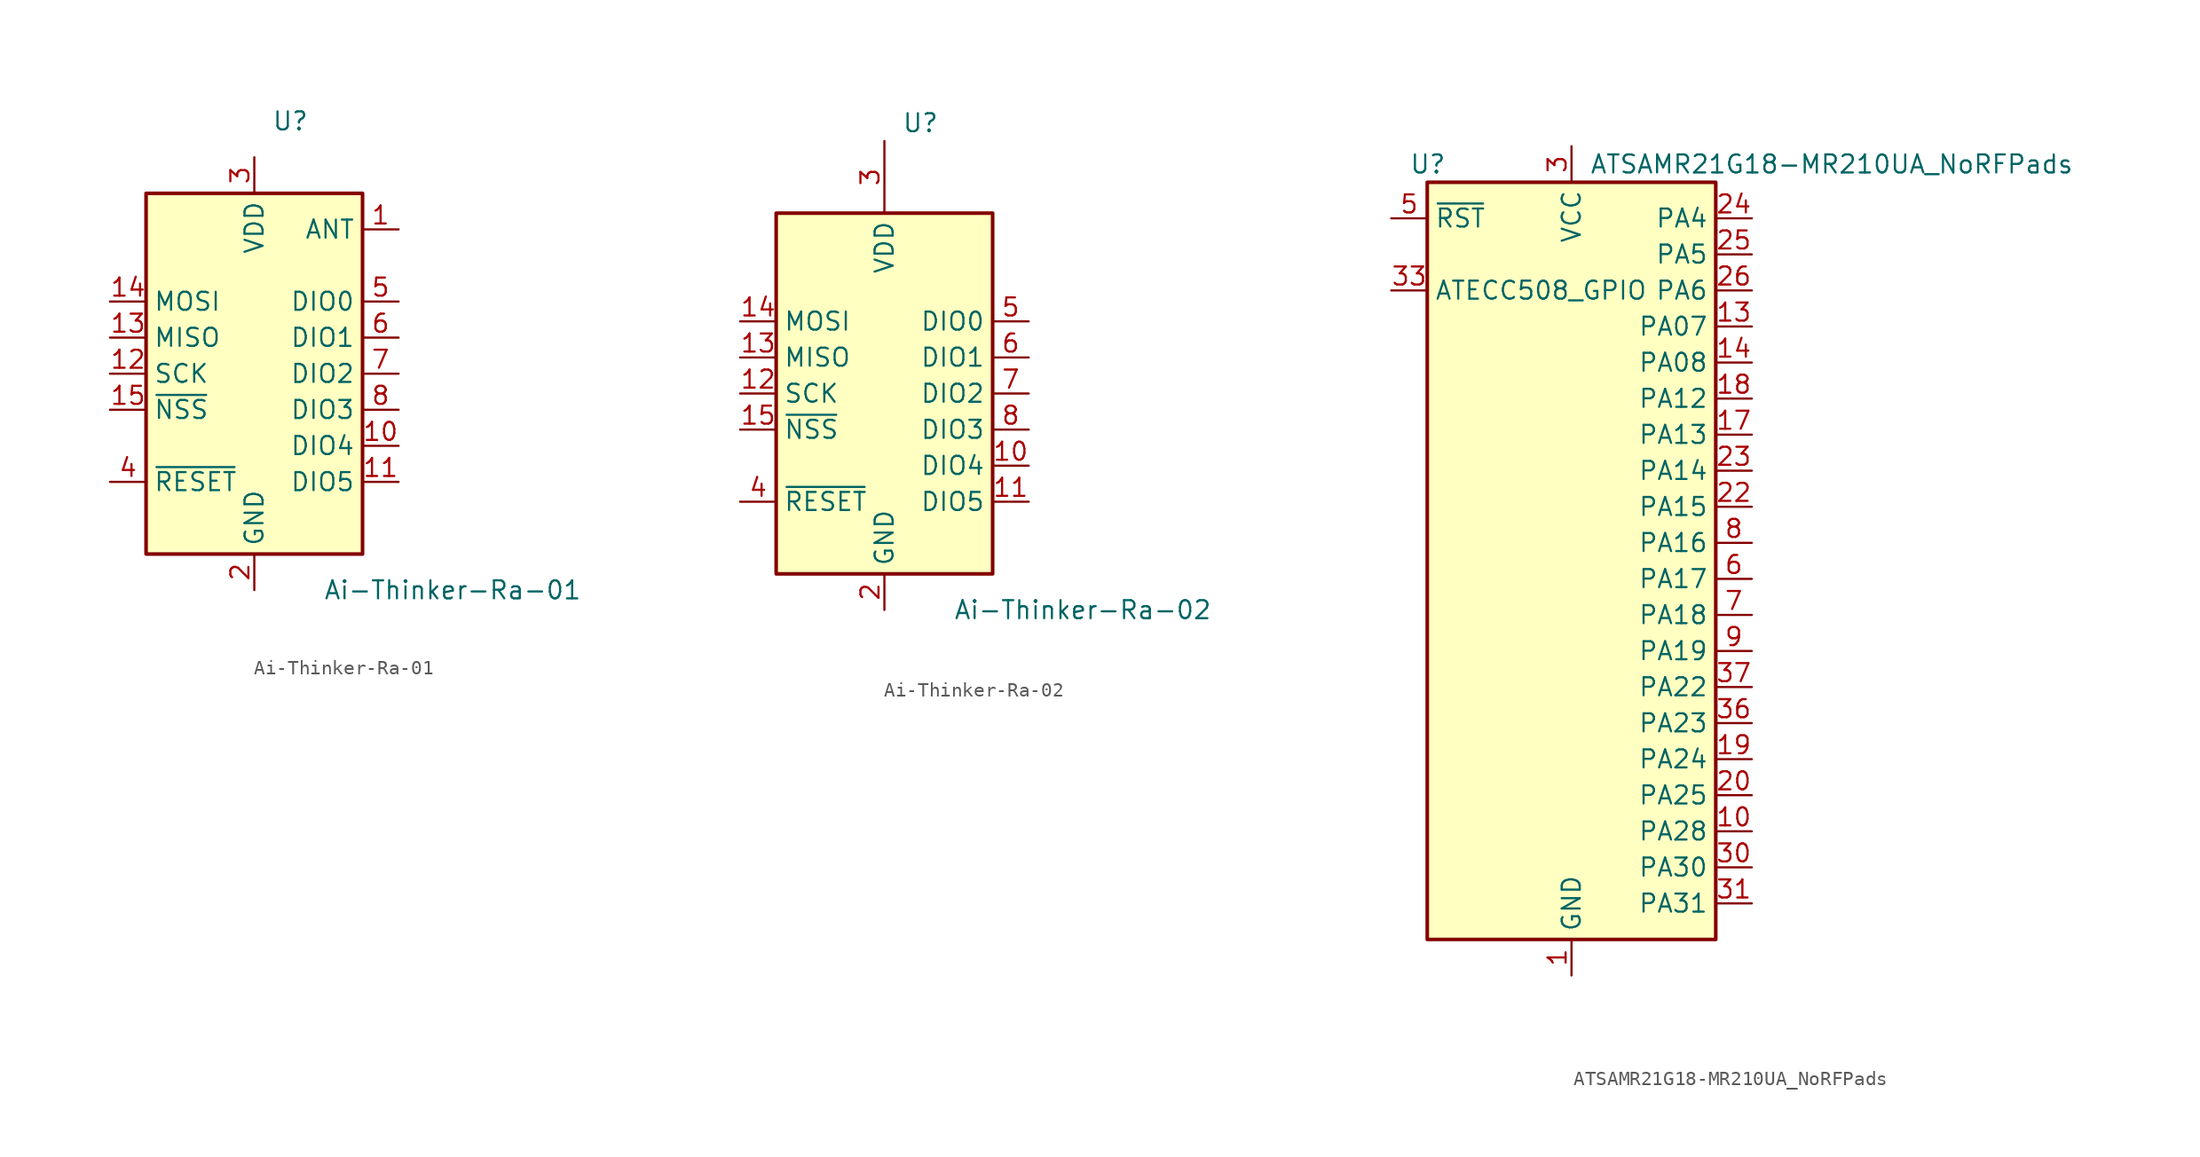
<source format=kicad_sym>
(kicad_symbol_lib
  (version 20211014)
  (generator kicad_symbol_editor)
  (symbol "Ai-Thinker-Ra-01"
    (property "Reference" "U"
      (at 2.54 17.78 0)
      (effects (font (size 1.27 1.27))))
    (property "Value" "Ai-Thinker-Ra-01"
      (at 13.97 -15.24 0)
      (effects (font (size 1.27 1.27))))
    (symbol "Ai-Thinker-Ra-01_0_1"
      (rectangle (start -7.62 12.7) (end 7.62 -12.7) (stroke (width 0.254) (type default) (color 0 0 0 0)) (fill (type background))))
    (symbol "Ai-Thinker-Ra-01_1_1"
      (pin passive line (at 10.16 10.16 180) (length 2.54) (name "ANT" (effects (font (size 1.27 1.27)))) (number "1" (effects (font (size 1.27 1.27)))))
      (pin bidirectional line (at 10.16 -5.08 180) (length 2.54) (name "DIO4" (effects (font (size 1.27 1.27)))) (number "10" (effects (font (size 1.27 1.27)))))
      (pin bidirectional line (at 10.16 -7.62 180) (length 2.54) (name "DIO5" (effects (font (size 1.27 1.27)))) (number "11" (effects (font (size 1.27 1.27)))))
      (pin input line (at -10.16 0 0) (length 2.54) (name "SCK" (effects (font (size 1.27 1.27)))) (number "12" (effects (font (size 1.27 1.27)))))
      (pin output line (at -10.16 2.54 0) (length 2.54) (name "MISO" (effects (font (size 1.27 1.27)))) (number "13" (effects (font (size 1.27 1.27)))))
      (pin input line (at -10.16 5.08 0) (length 2.54) (name "MOSI" (effects (font (size 1.27 1.27)))) (number "14" (effects (font (size 1.27 1.27)))))
      (pin input line (at -10.16 -2.54 0) (length 2.54) (name "~{NSS}" (effects (font (size 1.27 1.27)))) (number "15" (effects (font (size 1.27 1.27)))))
      (pin passive line (at 0 -15.24 90) (length 2.54) hide (name "GND" (effects (font (size 1.27 1.27)))) (number "16" (effects (font (size 1.27 1.27)))))
      (pin power_in line (at 0 -15.24 90) (length 2.54) (name "GND" (effects (font (size 1.27 1.27)))) (number "2" (effects (font (size 1.27 1.27)))))
      (pin power_in line (at 0 15.24 270) (length 2.54) (name "VDD" (effects (font (size 1.27 1.27)))) (number "3" (effects (font (size 1.27 1.27)))))
      (pin input line (at -10.16 -7.62 0) (length 2.54) (name "~{RESET}" (effects (font (size 1.27 1.27)))) (number "4" (effects (font (size 1.27 1.27)))))
      (pin bidirectional line (at 10.16 5.08 180) (length 2.54) (name "DIO0" (effects (font (size 1.27 1.27)))) (number "5" (effects (font (size 1.27 1.27)))))
      (pin bidirectional line (at 10.16 2.54 180) (length 2.54) (name "DIO1" (effects (font (size 1.27 1.27)))) (number "6" (effects (font (size 1.27 1.27)))))
      (pin bidirectional line (at 10.16 0 180) (length 2.54) (name "DIO2" (effects (font (size 1.27 1.27)))) (number "7" (effects (font (size 1.27 1.27)))))
      (pin bidirectional line (at 10.16 -2.54 180) (length 2.54) (name "DIO3" (effects (font (size 1.27 1.27)))) (number "8" (effects (font (size 1.27 1.27)))))
      (pin passive line (at 0 -15.24 90) (length 2.54) hide (name "GND" (effects (font (size 1.27 1.27)))) (number "9" (effects (font (size 1.27 1.27)))))))
  (symbol "Ai-Thinker-Ra-02"
    (property "Reference" "U"
      (at 2.54 19.05 0)
      (effects (font (size 1.27 1.27))))
    (property "Value" "Ai-Thinker-Ra-02"
      (at 13.97 -15.24 0)
      (effects (font (size 1.27 1.27))))
    (symbol "Ai-Thinker-Ra-02_0_1"
      (rectangle (start -7.62 12.7) (end 7.62 -12.7) (stroke (width 0.254) (type default) (color 0 0 0 0)) (fill (type background))))
    (symbol "Ai-Thinker-Ra-02_1_1"
      (pin passive line (at 0 -15.24 90) (length 2.54) hide (name "GND" (effects (font (size 1.27 1.27)))) (number "1" (effects (font (size 1.27 1.27)))))
      (pin bidirectional line (at 10.16 -5.08 180) (length 2.54) (name "DIO4" (effects (font (size 1.27 1.27)))) (number "10" (effects (font (size 1.27 1.27)))))
      (pin bidirectional line (at 10.16 -7.62 180) (length 2.54) (name "DIO5" (effects (font (size 1.27 1.27)))) (number "11" (effects (font (size 1.27 1.27)))))
      (pin input line (at -10.16 0 0) (length 2.54) (name "SCK" (effects (font (size 1.27 1.27)))) (number "12" (effects (font (size 1.27 1.27)))))
      (pin output line (at -10.16 2.54 0) (length 2.54) (name "MISO" (effects (font (size 1.27 1.27)))) (number "13" (effects (font (size 1.27 1.27)))))
      (pin input line (at -10.16 5.08 0) (length 2.54) (name "MOSI" (effects (font (size 1.27 1.27)))) (number "14" (effects (font (size 1.27 1.27)))))
      (pin input line (at -10.16 -2.54 0) (length 2.54) (name "~{NSS}" (effects (font (size 1.27 1.27)))) (number "15" (effects (font (size 1.27 1.27)))))
      (pin passive line (at 0 -15.24 90) (length 2.54) hide (name "GND" (effects (font (size 1.27 1.27)))) (number "16" (effects (font (size 1.27 1.27)))))
      (pin power_in line (at 0 -15.24 90) (length 2.54) (name "GND" (effects (font (size 1.27 1.27)))) (number "2" (effects (font (size 1.27 1.27)))))
      (pin power_in line (at 0 17.78 270) (length 5.08) (name "VDD" (effects (font (size 1.27 1.27)))) (number "3" (effects (font (size 1.27 1.27)))))
      (pin input line (at -10.16 -7.62 0) (length 2.54) (name "~{RESET}" (effects (font (size 1.27 1.27)))) (number "4" (effects (font (size 1.27 1.27)))))
      (pin bidirectional line (at 10.16 5.08 180) (length 2.54) (name "DIO0" (effects (font (size 1.27 1.27)))) (number "5" (effects (font (size 1.27 1.27)))))
      (pin bidirectional line (at 10.16 2.54 180) (length 2.54) (name "DIO1" (effects (font (size 1.27 1.27)))) (number "6" (effects (font (size 1.27 1.27)))))
      (pin bidirectional line (at 10.16 0 180) (length 2.54) (name "DIO2" (effects (font (size 1.27 1.27)))) (number "7" (effects (font (size 1.27 1.27)))))
      (pin bidirectional line (at 10.16 -2.54 180) (length 2.54) (name "DIO3" (effects (font (size 1.27 1.27)))) (number "8" (effects (font (size 1.27 1.27)))))
      (pin passive line (at 0 -15.24 90) (length 2.54) hide (name "GND" (effects (font (size 1.27 1.27)))) (number "9" (effects (font (size 1.27 1.27)))))))
  (symbol "ATSAMR21G18-MR210UA_NoRFPads"
    (property "Reference" "U"
      (at -11.43 29.21 0)
      (effects (font (size 1.27 1.27)) (justify left)))
    (property "Value" "ATSAMR21G18-MR210UA_NoRFPads"
      (at 1.27 29.21 0)
      (effects (font (size 1.27 1.27)) (justify left)))
    (symbol "ATSAMR21G18-MR210UA_NoRFPads_1_1"
      (rectangle (start -10.16 27.94) (end 10.16 -25.4) (stroke (width 0.254) (type default) (color 0 0 0 0)) (fill (type background)))
      (pin power_in line (at 0 -27.94 90) (length 2.54) (name "GND" (effects (font (size 1.27 1.27)))) (number "1" (effects (font (size 1.27 1.27)))))
      (pin bidirectional line (at 12.7 -17.78 180) (length 2.54) (name "PA28" (effects (font (size 1.27 1.27)))) (number "10" (effects (font (size 1.27 1.27)))))
      (pin no_connect line (at -10.16 15.24 0) (length 2.54) hide (name "NC" (effects (font (size 1.27 1.27)))) (number "11" (effects (font (size 1.27 1.27)))))
      (pin passive line (at 0 -27.94 90) (length 2.54) hide (name "GND" (effects (font (size 1.27 1.27)))) (number "12" (effects (font (size 1.27 1.27)))))
      (pin bidirectional line (at 12.7 17.78 180) (length 2.54) (name "PA07" (effects (font (size 1.27 1.27)))) (number "13" (effects (font (size 1.27 1.27)))))
      (pin bidirectional line (at 12.7 15.24 180) (length 2.54) (name "PA08" (effects (font (size 1.27 1.27)))) (number "14" (effects (font (size 1.27 1.27)))))
      (pin no_connect line (at -10.16 12.7 0) (length 2.54) hide (name "NC" (effects (font (size 1.27 1.27)))) (number "15" (effects (font (size 1.27 1.27)))))
      (pin no_connect line (at -10.16 10.16 0) (length 2.54) hide (name "NC" (effects (font (size 1.27 1.27)))) (number "16" (effects (font (size 1.27 1.27)))))
      (pin bidirectional line (at 12.7 10.16 180) (length 2.54) (name "PA13" (effects (font (size 1.27 1.27)))) (number "17" (effects (font (size 1.27 1.27)))))
      (pin bidirectional line (at 12.7 12.7 180) (length 2.54) (name "PA12" (effects (font (size 1.27 1.27)))) (number "18" (effects (font (size 1.27 1.27)))))
      (pin bidirectional line (at 12.7 -12.7 180) (length 2.54) (name "PA24" (effects (font (size 1.27 1.27)))) (number "19" (effects (font (size 1.27 1.27)))))
      (pin passive line (at 0 -27.94 90) (length 2.54) hide (name "GND" (effects (font (size 1.27 1.27)))) (number "2" (effects (font (size 1.27 1.27)))))
      (pin bidirectional line (at 12.7 -15.24 180) (length 2.54) (name "PA25" (effects (font (size 1.27 1.27)))) (number "20" (effects (font (size 1.27 1.27)))))
      (pin no_connect line (at -10.16 7.62 0) (length 2.54) hide (name "NC" (effects (font (size 1.27 1.27)))) (number "21" (effects (font (size 1.27 1.27)))))
      (pin bidirectional line (at 12.7 5.08 180) (length 2.54) (name "PA15" (effects (font (size 1.27 1.27)))) (number "22" (effects (font (size 1.27 1.27)))))
      (pin bidirectional line (at 12.7 7.62 180) (length 2.54) (name "PA14" (effects (font (size 1.27 1.27)))) (number "23" (effects (font (size 1.27 1.27)))))
      (pin bidirectional line (at 12.7 25.4 180) (length 2.54) (name "PA4" (effects (font (size 1.27 1.27)))) (number "24" (effects (font (size 1.27 1.27)))))
      (pin bidirectional line (at 12.7 22.86 180) (length 2.54) (name "PA5" (effects (font (size 1.27 1.27)))) (number "25" (effects (font (size 1.27 1.27)))))
      (pin bidirectional line (at 12.7 20.32 180) (length 2.54) (name "PA6" (effects (font (size 1.27 1.27)))) (number "26" (effects (font (size 1.27 1.27)))))
      (pin no_connect line (at -10.16 5.08 0) (length 2.54) hide (name "NC" (effects (font (size 1.27 1.27)))) (number "27" (effects (font (size 1.27 1.27)))))
      (pin no_connect line (at -10.16 2.54 0) (length 2.54) hide (name "NC" (effects (font (size 1.27 1.27)))) (number "28" (effects (font (size 1.27 1.27)))))
      (pin passive line (at 0 -27.94 90) (length 2.54) hide (name "GND" (effects (font (size 1.27 1.27)))) (number "29" (effects (font (size 1.27 1.27)))))
      (pin power_in line (at 0 30.48 270) (length 2.54) (name "VCC" (effects (font (size 1.27 1.27)))) (number "3" (effects (font (size 1.27 1.27)))))
      (pin bidirectional line (at 12.7 -20.32 180) (length 2.54) (name "PA30" (effects (font (size 1.27 1.27)))) (number "30" (effects (font (size 1.27 1.27)))))
      (pin bidirectional line (at 12.7 -22.86 180) (length 2.54) (name "PA31" (effects (font (size 1.27 1.27)))) (number "31" (effects (font (size 1.27 1.27)))))
      (pin no_connect line (at -10.16 0 0) (length 2.54) hide (name "NC" (effects (font (size 1.27 1.27)))) (number "32" (effects (font (size 1.27 1.27)))))
      (pin bidirectional line (at -12.7 20.32 0) (length 2.54) (name "ATECC508_GPIO" (effects (font (size 1.27 1.27)))) (number "33" (effects (font (size 1.27 1.27)))))
      (pin no_connect line (at -10.16 -2.54 0) (length 2.54) hide (name "NC" (effects (font (size 1.27 1.27)))) (number "34" (effects (font (size 1.27 1.27)))))
      (pin no_connect line (at -10.16 -5.08 0) (length 2.54) hide (name "NC" (effects (font (size 1.27 1.27)))) (number "35" (effects (font (size 1.27 1.27)))))
      (pin bidirectional line (at 12.7 -10.16 180) (length 2.54) (name "PA23" (effects (font (size 1.27 1.27)))) (number "36" (effects (font (size 1.27 1.27)))))
      (pin bidirectional line (at 12.7 -7.62 180) (length 2.54) (name "PA22" (effects (font (size 1.27 1.27)))) (number "37" (effects (font (size 1.27 1.27)))))
      (pin no_connect line (at -10.16 -7.62 0) (length 2.54) hide (name "NC" (effects (font (size 1.27 1.27)))) (number "38" (effects (font (size 1.27 1.27)))))
      (pin no_connect line (at -10.16 -10.16 0) (length 2.54) hide (name "NC" (effects (font (size 1.27 1.27)))) (number "39" (effects (font (size 1.27 1.27)))))
      (pin passive line (at 0 30.48 270) (length 2.54) hide (name "VCC" (effects (font (size 1.27 1.27)))) (number "4" (effects (font (size 1.27 1.27)))))
      (pin no_connect line (at -10.16 -12.7 0) (length 2.54) hide (name "NC" (effects (font (size 1.27 1.27)))) (number "40" (effects (font (size 1.27 1.27)))))
      (pin passive line (at 0 -27.94 90) (length 2.54) hide (name "GND" (effects (font (size 1.27 1.27)))) (number "41" (effects (font (size 1.27 1.27)))))
      (pin passive line (at 0 -27.94 90) (length 2.54) hide (name "GND" (effects (font (size 1.27 1.27)))) (number "42" (effects (font (size 1.27 1.27)))))
      (pin input line (at -12.7 25.4 0) (length 2.54) (name "~{RST}" (effects (font (size 1.27 1.27)))) (number "5" (effects (font (size 1.27 1.27)))))
      (pin bidirectional line (at 12.7 0 180) (length 2.54) (name "PA17" (effects (font (size 1.27 1.27)))) (number "6" (effects (font (size 1.27 1.27)))))
      (pin bidirectional line (at 12.7 -2.54 180) (length 2.54) (name "PA18" (effects (font (size 1.27 1.27)))) (number "7" (effects (font (size 1.27 1.27)))))
      (pin bidirectional line (at 12.7 2.54 180) (length 2.54) (name "PA16" (effects (font (size 1.27 1.27)))) (number "8" (effects (font (size 1.27 1.27)))))
      (pin bidirectional line (at 12.7 -5.08 180) (length 2.54) (name "PA19" (effects (font (size 1.27 1.27)))) (number "9" (effects (font (size 1.27 1.27))))))))
</source>
